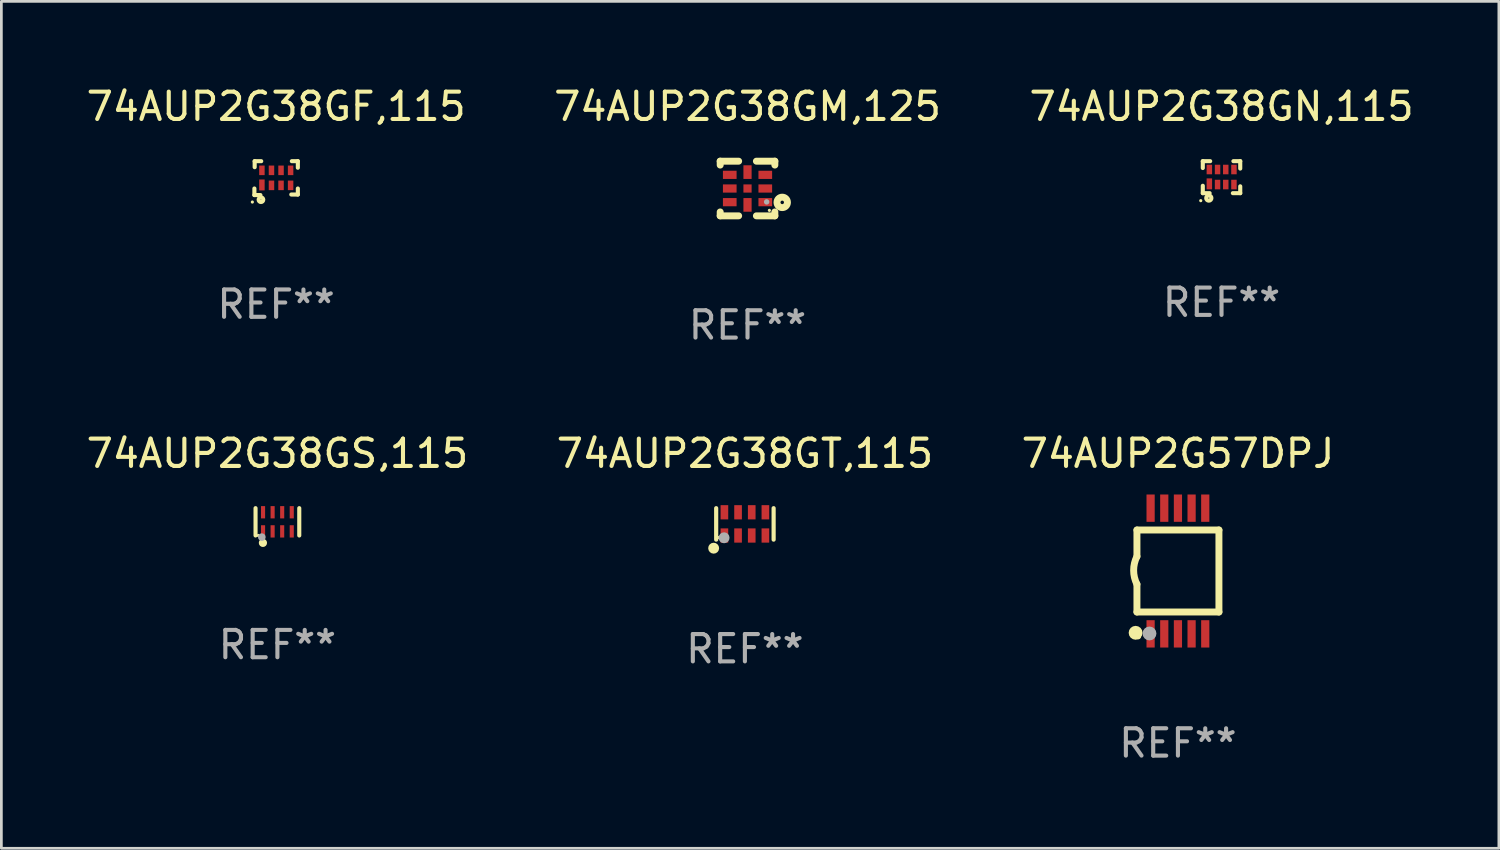
<source format=kicad_pcb>
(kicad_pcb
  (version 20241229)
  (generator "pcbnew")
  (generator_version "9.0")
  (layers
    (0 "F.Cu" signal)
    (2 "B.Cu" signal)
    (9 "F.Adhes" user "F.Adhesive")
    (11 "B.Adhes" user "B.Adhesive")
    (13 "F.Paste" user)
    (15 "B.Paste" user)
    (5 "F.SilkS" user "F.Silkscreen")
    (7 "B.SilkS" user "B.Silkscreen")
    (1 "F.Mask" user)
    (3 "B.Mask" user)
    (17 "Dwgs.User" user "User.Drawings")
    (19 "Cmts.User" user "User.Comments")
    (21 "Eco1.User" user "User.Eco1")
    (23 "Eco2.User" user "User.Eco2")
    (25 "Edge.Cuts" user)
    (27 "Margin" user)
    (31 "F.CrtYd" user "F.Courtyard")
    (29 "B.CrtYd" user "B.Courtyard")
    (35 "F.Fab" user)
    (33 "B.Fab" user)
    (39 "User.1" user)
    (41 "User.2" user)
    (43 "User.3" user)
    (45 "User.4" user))
  (footprint "74AUP2G57DPJ"
    (layer "F.Cu")
    (at 40.054 17.845)
    (property "Reference" "74AUP2G57DPJ" (at 0 -4.3 0) (layer "F.SilkS") (effects (font (size 1 1) (thickness 0.15))))
    (attr through_hole)
    (fp_line (start -1.5 -1.5) (end -1.5 -0.533) (stroke (width 0.254) (type solid)) (layer "F.SilkS"))
    (fp_line (start -1.5 -1.5) (end 1.5 -1.5) (stroke (width 0.254) (type solid)) (layer "F.SilkS"))
    (fp_line (start -1.5 1.5) (end -1.5 0.483) (stroke (width 0.254) (type solid)) (layer "F.SilkS"))
    (fp_line (start -1.5 1.5) (end 1.5 1.5) (stroke (width 0.254) (type solid)) (layer "F.SilkS"))
    (fp_line (start 1.5 1.5) (end 1.5 -1.5) (stroke (width 0.254) (type solid)) (layer "F.SilkS"))
    (fp_arc (start -1.501015 0.483109) (mid -1.620651 -0.025266) (end -1.5 -0.533401) (stroke (width 0.254001) (type solid)) (layer "F.SilkS"))
    (fp_circle (center -1.549 2.261) (end -1.422 2.261) (stroke (width 0.254) (type solid)) (fill no) (layer "F.SilkS"))
    (fp_circle (center -1.45 2.4) (end -1.4 2.4) (stroke (width 0.1) (type solid)) (fill no) (layer "F.SilkS"))
    (fp_circle (center -1.041 2.286) (end -0.914 2.286) (stroke (width 0.254) (type solid)) (fill no) (layer "F.Fab"))
    (fp_text user "REF**" (at 0 6.3 0) (layer "F.Fab") (effects (font (size 1 1) (thickness 0.15))))
    (pad "1" smd rect (at -1 2.3 90) (size 1 0.3) (layers "F.Cu" "F.Mask" "F.Paste"))
    (pad "2" smd rect (at -0.5 2.3 90) (size 1 0.3) (layers "F.Cu" "F.Mask" "F.Paste"))
    (pad "3" smd rect (at 0.000127 2.3 90) (size 1 0.3) (layers "F.Cu" "F.Mask" "F.Paste"))
    (pad "4" smd rect (at 0.5 2.3 90) (size 1 0.3) (layers "F.Cu" "F.Mask" "F.Paste"))
    (pad "5" smd rect (at 1 2.3 90) (size 1 0.3) (layers "F.Cu" "F.Mask" "F.Paste"))
    (pad "6" smd rect (at 1 -2.3 270) (size 1 0.3) (layers "F.Cu" "F.Mask" "F.Paste"))
    (pad "7" smd rect (at 0.5 -2.3 90) (size 1 0.3) (layers "F.Cu" "F.Mask" "F.Paste"))
    (pad "8" smd rect (at 0.000127 -2.3 90) (size 1 0.3) (layers "F.Cu" "F.Mask" "F.Paste"))
    (pad "9" smd rect (at -0.5 -2.3 90) (size 1 0.3) (layers "F.Cu" "F.Mask" "F.Paste"))
    (pad "10" smd rect (at -1 -2.3 90) (size 1 0.3) (layers "F.Cu" "F.Mask" "F.Paste")))
  (footprint "74AUP2G38GS,115"
    (layer "F.Cu")
    (at 7.101 16.045)
    (property "Reference" "74AUP2G38GS,115" (at 0 -2.5 0) (layer "F.SilkS") (effects (font (size 1 1) (thickness 0.15))))
    (attr through_hole)
    (fp_line (start -0.8 -0.5) (end -0.8 0.5) (stroke (width 0.15) (type solid)) (layer "F.SilkS"))
    (fp_line (start 0.8 -0.5) (end 0.8 0.5) (stroke (width 0.15) (type solid)) (layer "F.SilkS"))
    (fp_circle (center -0.7 0.5) (end -0.67 0.5) (stroke (width 0.06) (type solid)) (fill no) (layer "F.SilkS"))
    (fp_circle (center -0.53 0.77) (end -0.454 0.77) (stroke (width 0.15) (type solid)) (fill no) (layer "F.SilkS"))
    (fp_circle (center -0.57 0.56) (end -0.5 0.56) (stroke (width 0.14) (type solid)) (fill no) (layer "F.Fab"))
    (fp_text user "REF**" (at 0 4.5 0) (layer "F.Fab") (effects (font (size 1 1) (thickness 0.15))))
    (pad "1" smd rect (at -0.525 0.35) (size 0.15 0.45) (layers "F.Cu" "F.Mask" "F.Paste"))
    (pad "2" smd rect (at -0.175 0.35) (size 0.15 0.45) (layers "F.Cu" "F.Mask" "F.Paste"))
    (pad "3" smd rect (at 0.175 0.35) (size 0.15 0.45) (layers "F.Cu" "F.Mask" "F.Paste"))
    (pad "4" smd rect (at 0.525 0.35) (size 0.15 0.45) (layers "F.Cu" "F.Mask" "F.Paste"))
    (pad "5" smd rect (at 0.525 -0.35) (size 0.15 0.45) (layers "F.Cu" "F.Mask" "F.Paste"))
    (pad "6" smd rect (at 0.175 -0.35) (size 0.15 0.45) (layers "F.Cu" "F.Mask" "F.Paste"))
    (pad "7" smd rect (at -0.175 -0.35) (size 0.15 0.45) (layers "F.Cu" "F.Mask" "F.Paste"))
    (pad "8" smd rect (at -0.525 -0.35) (size 0.15 0.45) (layers "F.Cu" "F.Mask" "F.Paste")))
  (footprint "74AUP2G38GT,115"
    (layer "F.Cu")
    (at 24.208 16.121)
    (property "Reference" "74AUP2G38GT,115" (at 0 -2.576 0) (layer "F.SilkS") (effects (font (size 1 1) (thickness 0.15))))
    (attr through_hole)
    (fp_line (start -1.051 0.576) (end -1.051 -0.576) (stroke (width 0.152) (type solid)) (layer "F.SilkS"))
    (fp_line (start 1.051 -0.576) (end 1.051 0.576) (stroke (width 0.152) (type solid)) (layer "F.SilkS"))
    (fp_circle (center -1.143 0.889) (end -1.043 0.889) (stroke (width 0.2) (type solid)) (fill no) (layer "F.SilkS"))
    (fp_circle (center -0.975 0.5) (end -0.945 0.5) (stroke (width 0.06) (type solid)) (fill no) (layer "F.SilkS"))
    (fp_circle (center -0.762 0.508) (end -0.662 0.508) (stroke (width 0.2) (type solid)) (fill no) (layer "F.Fab"))
    (fp_text user "REF**" (at 0 4.576 0) (layer "F.Fab") (effects (font (size 1 1) (thickness 0.15))))
    (pad "1" smd rect (at -0.75 0.425) (size 0.28 0.521) (layers "F.Cu" "F.Mask" "F.Paste"))
    (pad "2" smd rect (at -0.25 0.425) (size 0.28 0.521) (layers "F.Cu" "F.Mask" "F.Paste"))
    (pad "3" smd rect (at 0.25 0.425) (size 0.28 0.521) (layers "F.Cu" "F.Mask" "F.Paste"))
    (pad "4" smd rect (at 0.75 0.425) (size 0.28 0.521) (layers "F.Cu" "F.Mask" "F.Paste"))
    (pad "5" smd rect (at 0.75 -0.425) (size 0.28 0.521) (layers "F.Cu" "F.Mask" "F.Paste"))
    (pad "6" smd rect (at 0.25 -0.425) (size 0.28 0.521) (layers "F.Cu" "F.Mask" "F.Paste"))
    (pad "7" smd rect (at -0.25 -0.425) (size 0.28 0.521) (layers "F.Cu" "F.Mask" "F.Paste"))
    (pad "8" smd rect (at -0.75 -0.425) (size 0.28 0.521) (layers "F.Cu" "F.Mask" "F.Paste")))
  (footprint "74AUP2G38GF,115"
    (layer "F.Cu")
    (at 7.054 3.468)
    (property "Reference" "74AUP2G38GF,115" (at 0 -2.62 0) (layer "F.SilkS") (effects (font (size 1 1) (thickness 0.15))))
    (attr through_hole)
    (fp_line (start -0.795 0.62) (end -0.795 0.38) (stroke (width 0.15) (type solid)) (layer "F.SilkS"))
    (fp_line (start -0.785 -0.62) (end -0.545 -0.62) (stroke (width 0.15) (type solid)) (layer "F.SilkS"))
    (fp_line (start -0.785 -0.4) (end -0.785 -0.62) (stroke (width 0.15) (type solid)) (layer "F.SilkS"))
    (fp_line (start -0.575 0.62) (end -0.795 0.62) (stroke (width 0.15) (type solid)) (layer "F.SilkS"))
    (fp_line (start 0.575 -0.62) (end 0.795 -0.62) (stroke (width 0.15) (type solid)) (layer "F.SilkS"))
    (fp_line (start 0.795 -0.62) (end 0.795 -0.38) (stroke (width 0.15) (type solid)) (layer "F.SilkS"))
    (fp_line (start 0.795 0.38) (end 0.795 0.6) (stroke (width 0.15) (type solid)) (layer "F.SilkS"))
    (fp_line (start 0.795 0.6) (end 0.555 0.6) (stroke (width 0.15) (type solid)) (layer "F.SilkS"))
    (fp_circle (center -0.87 0.875) (end -0.84 0.875) (stroke (width 0.06) (type solid)) (fill no) (layer "F.SilkS"))
    (fp_circle (center -0.555 0.79) (end -0.545 0.79) (stroke (width 0.15) (type solid)) (fill no) (layer "F.SilkS"))
    (fp_text user "REF**" (at 0 4.62 0) (layer "F.Fab") (effects (font (size 1 1) (thickness 0.15))))
    (pad "1" smd rect (at -0.52 0.25) (size 0.2 0.4) (layers "F.Cu" "F.Mask" "F.Paste"))
    (pad "2" smd rect (at -0.17 0.265) (size 0.2 0.35) (layers "F.Cu" "F.Mask" "F.Paste"))
    (pad "3" smd rect (at 0.18 0.265) (size 0.2 0.35) (layers "F.Cu" "F.Mask" "F.Paste"))
    (pad "4" smd rect (at 0.53 0.265) (size 0.2 0.35) (layers "F.Cu" "F.Mask" "F.Paste"))
    (pad "5" smd rect (at 0.53 -0.285) (size 0.2 0.35) (layers "F.Cu" "F.Mask" "F.Paste"))
    (pad "6" smd rect (at 0.18 -0.285) (size 0.2 0.35) (layers "F.Cu" "F.Mask" "F.Paste"))
    (pad "7" smd rect (at -0.17 -0.285) (size 0.2 0.35) (layers "F.Cu" "F.Mask" "F.Paste"))
    (pad "8" smd rect (at -0.52 -0.285) (size 0.2 0.35) (layers "F.Cu" "F.Mask" "F.Paste")))
  (footprint "74AUP2G38GM,125"
    (layer "F.Cu")
    (at 24.304 3.848)
    (property "Reference" "74AUP2G38GM,125" (at 0 -3 0) (layer "F.SilkS") (effects (font (size 1 1) (thickness 0.15))))
    (attr through_hole)
    (fp_line (start -1 -1) (end -0.325 -1) (stroke (width 0.254) (type solid)) (layer "F.SilkS"))
    (fp_line (start -1 -0.858) (end -1 -1) (stroke (width 0.254) (type solid)) (layer "F.SilkS"))
    (fp_line (start -1 1) (end -1 0.858) (stroke (width 0.254) (type solid)) (layer "F.SilkS"))
    (fp_line (start -0.325 1) (end -1 1) (stroke (width 0.254) (type solid)) (layer "F.SilkS"))
    (fp_line (start 0.325 -1) (end 1 -1) (stroke (width 0.254) (type solid)) (layer "F.SilkS"))
    (fp_line (start 1 -1) (end 1 -0.858) (stroke (width 0.254) (type solid)) (layer "F.SilkS"))
    (fp_line (start 1 0.858) (end 1 1) (stroke (width 0.254) (type solid)) (layer "F.SilkS"))
    (fp_line (start 1 1) (end 0.325 1) (stroke (width 0.254) (type solid)) (layer "F.SilkS"))
    (fp_circle (center 0.8 0.8) (end 0.83 0.8) (stroke (width 0.06) (type solid)) (fill no) (layer "F.SilkS"))
    (fp_circle (center 1.27 0.508) (end 1.334 0.508) (stroke (width 0.254) (type solid)) (fill no) (layer "F.SilkS"))
    (fp_circle (center 0.7 0.49) (end 0.75 0.49) (stroke (width 0.1) (type solid)) (fill no) (layer "F.Fab"))
    (fp_text user "REF**" (at 0 5 0) (layer "F.Fab") (effects (font (size 1 1) (thickness 0.15))))
    (pad "1" smd rect (at 0.65 0.5 180) (size 0.5 0.3) (layers "F.Cu" "F.Mask" "F.Paste"))
    (pad "2" smd rect (at 0.65 0 180) (size 0.5 0.3) (layers "F.Cu" "F.Mask" "F.Paste"))
    (pad "3" smd rect (at 0.65 -0.5 180) (size 0.5 0.3) (layers "F.Cu" "F.Mask" "F.Paste"))
    (pad "4" smd rect (at 0.000025 -0.6 270) (size 0.5 0.3) (layers "F.Cu" "F.Mask" "F.Paste"))
    (pad "5" smd rect (at -0.65 -0.5 180) (size 0.5 0.3) (layers "F.Cu" "F.Mask" "F.Paste"))
    (pad "6" smd rect (at -0.65 0 180) (size 0.5 0.3) (layers "F.Cu" "F.Mask" "F.Paste"))
    (pad "7" smd rect (at -0.65 0.5 180) (size 0.5 0.3) (layers "F.Cu" "F.Mask" "F.Paste"))
    (pad "8" smd rect (at 0.000025 0.6 270) (size 0.5 0.3) (layers "F.Cu" "F.Mask" "F.Paste"))
    (pad "9" smd rect (at 0.000025 0 270) (size 0.3 0.3) (layers "F.Cu" "F.Mask" "F.Paste")))
  (footprint "74AUP2G38GN,115"
    (layer "F.Cu")
    (at 41.649 3.433)
    (property "Reference" "74AUP2G38GN,115" (at 0 -2.585 0) (layer "F.SilkS") (effects (font (size 1 1) (thickness 0.15))))
    (attr through_hole)
    (fp_line (start -0.685 -0.585) (end -0.415 -0.585) (stroke (width 0.15) (type solid)) (layer "F.SilkS"))
    (fp_line (start -0.685 -0.335) (end -0.685 -0.585) (stroke (width 0.15) (type solid)) (layer "F.SilkS"))
    (fp_line (start -0.685 0.585) (end -0.685 0.315) (stroke (width 0.15) (type solid)) (layer "F.SilkS"))
    (fp_line (start -0.435 0.585) (end -0.685 0.585) (stroke (width 0.15) (type solid)) (layer "F.SilkS"))
    (fp_line (start 0.435 -0.585) (end 0.685 -0.585) (stroke (width 0.15) (type solid)) (layer "F.SilkS"))
    (fp_line (start 0.685 -0.585) (end 0.685 -0.315) (stroke (width 0.15) (type solid)) (layer "F.SilkS"))
    (fp_line (start 0.685 0.335) (end 0.685 0.585) (stroke (width 0.15) (type solid)) (layer "F.SilkS"))
    (fp_line (start 0.685 0.585) (end 0.415 0.585) (stroke (width 0.15) (type solid)) (layer "F.SilkS"))
    (fp_circle (center -0.76 0.86) (end -0.73 0.86) (stroke (width 0.06) (type solid)) (fill no) (layer "F.SilkS"))
    (fp_circle (center -0.465 0.765) (end -0.445 0.765) (stroke (width 0.15) (type solid)) (fill no) (layer "F.SilkS"))
    (fp_text user "REF**" (at 0 4.585 0) (layer "F.Fab") (effects (font (size 1 1) (thickness 0.15))))
    (pad "1" smd rect (at -0.445 0.245) (size 0.2 0.4) (layers "F.Cu" "F.Mask" "F.Paste"))
    (pad "2" smd rect (at -0.145 0.27) (size 0.2 0.35) (layers "F.Cu" "F.Mask" "F.Paste"))
    (pad "3" smd rect (at 0.155 0.27) (size 0.2 0.35) (layers "F.Cu" "F.Mask" "F.Paste"))
    (pad "4" smd rect (at 0.455 0.27) (size 0.2 0.35) (layers "F.Cu" "F.Mask" "F.Paste"))
    (pad "5" smd rect (at 0.455 -0.28) (size 0.2 0.35) (layers "F.Cu" "F.Mask" "F.Paste"))
    (pad "6" smd rect (at 0.155 -0.28) (size 0.2 0.35) (layers "F.Cu" "F.Mask" "F.Paste"))
    (pad "7" smd rect (at -0.145 -0.28) (size 0.2 0.35) (layers "F.Cu" "F.Mask" "F.Paste"))
    (pad "8" smd rect (at -0.445 -0.28) (size 0.2 0.35) (layers "F.Cu" "F.Mask" "F.Paste")))
  (gr_rect
    (start -3 -3)
    (end 51.798 27.993)
    (stroke (width 0.1) (type default))
    (fill no)
    (layer "Edge.Cuts")))
</source>
